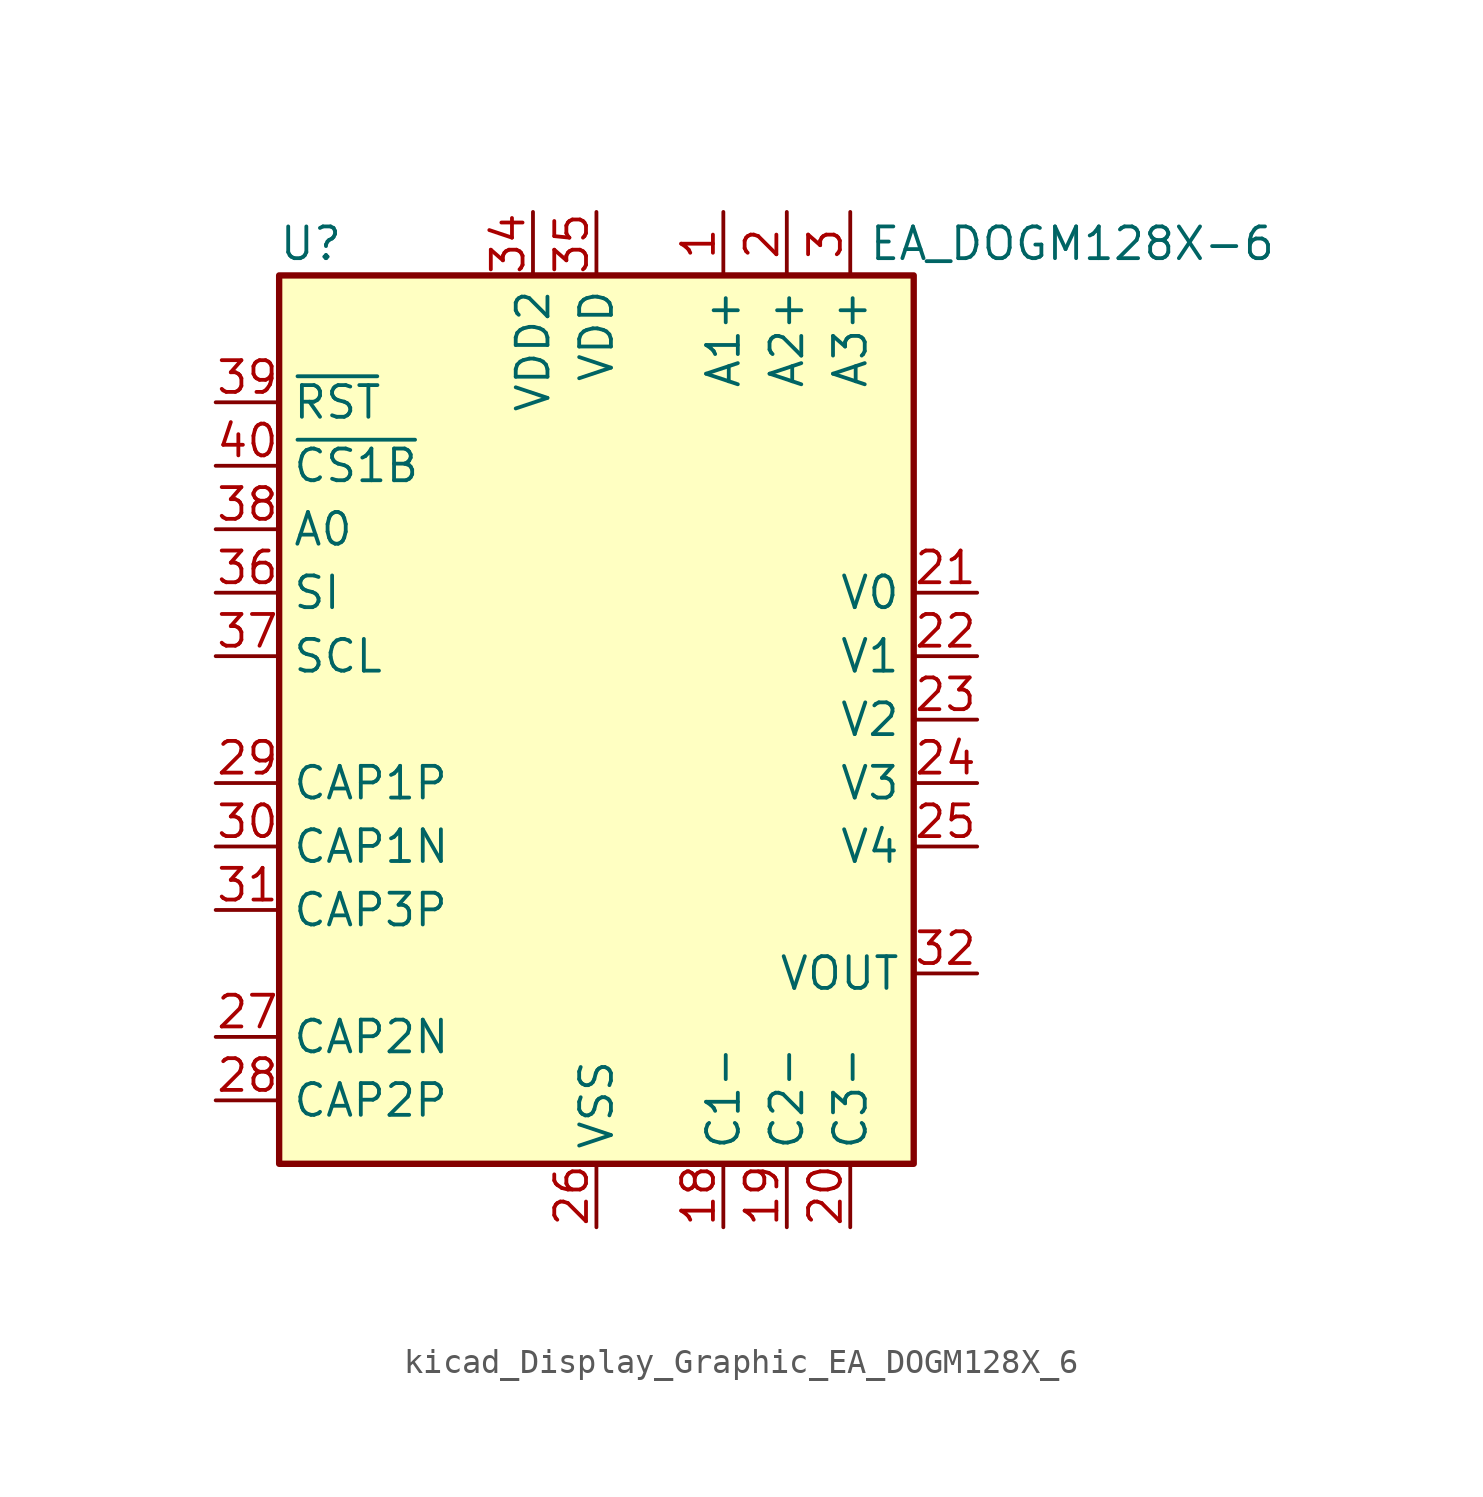
<source format=kicad_sym>
(kicad_symbol_lib
  (version 20220914)
  (generator kicad_symbol_editor)
  (symbol "kicad_Display_Graphic_EA_DOGM128X_6"
    (property "Reference" "U"
      (at -11.43 19.05 0)
      (effects (font (size 1.27 1.27))))
    (property "Value" "EA_DOGM128X-6"
      (at 19.05 19.05 0)
      (effects (font (size 1.27 1.27))))
    (symbol "kicad_Display_Graphic_EA_DOGM128X_6_1_1"
      (rectangle (start -12.7 17.78) (end 12.7 -17.78) (stroke (width 0.254) (type default)) (fill (type background)))
      (pin power_in line (at 5.08 20.32 270) (length 2.54) (name "A1+" (effects (font (size 1.27 1.27)))) (number "1" (effects (font (size 1.27 1.27)))))
      (pin power_in line (at 5.08 -20.32 90) (length 2.54) (name "C1-" (effects (font (size 1.27 1.27)))) (number "18" (effects (font (size 1.27 1.27)))))
      (pin power_in line (at 7.62 -20.32 90) (length 2.54) (name "C2-" (effects (font (size 1.27 1.27)))) (number "19" (effects (font (size 1.27 1.27)))))
      (pin power_in line (at 7.62 20.32 270) (length 2.54) (name "A2+" (effects (font (size 1.27 1.27)))) (number "2" (effects (font (size 1.27 1.27)))))
      (pin power_in line (at 10.16 -20.32 90) (length 2.54) (name "C3-" (effects (font (size 1.27 1.27)))) (number "20" (effects (font (size 1.27 1.27)))))
      (pin passive line (at 15.24 5.08 180) (length 2.54) (name "V0" (effects (font (size 1.27 1.27)))) (number "21" (effects (font (size 1.27 1.27)))))
      (pin passive line (at 15.24 2.54 180) (length 2.54) (name "V1" (effects (font (size 1.27 1.27)))) (number "22" (effects (font (size 1.27 1.27)))))
      (pin passive line (at 15.24 0 180) (length 2.54) (name "V2" (effects (font (size 1.27 1.27)))) (number "23" (effects (font (size 1.27 1.27)))))
      (pin passive line (at 15.24 -2.54 180) (length 2.54) (name "V3" (effects (font (size 1.27 1.27)))) (number "24" (effects (font (size 1.27 1.27)))))
      (pin passive line (at 15.24 -5.08 180) (length 2.54) (name "V4" (effects (font (size 1.27 1.27)))) (number "25" (effects (font (size 1.27 1.27)))))
      (pin power_in line (at 0 -20.32 90) (length 2.54) (name "VSS" (effects (font (size 1.27 1.27)))) (number "26" (effects (font (size 1.27 1.27)))))
      (pin passive line (at -15.24 -12.7 0) (length 2.54) (name "CAP2N" (effects (font (size 1.27 1.27)))) (number "27" (effects (font (size 1.27 1.27)))))
      (pin passive line (at -15.24 -15.24 0) (length 2.54) (name "CAP2P" (effects (font (size 1.27 1.27)))) (number "28" (effects (font (size 1.27 1.27)))))
      (pin passive line (at -15.24 -2.54 0) (length 2.54) (name "CAP1P" (effects (font (size 1.27 1.27)))) (number "29" (effects (font (size 1.27 1.27)))))
      (pin power_in line (at 10.16 20.32 270) (length 2.54) (name "A3+" (effects (font (size 1.27 1.27)))) (number "3" (effects (font (size 1.27 1.27)))))
      (pin passive line (at -15.24 -5.08 0) (length 2.54) (name "CAP1N" (effects (font (size 1.27 1.27)))) (number "30" (effects (font (size 1.27 1.27)))))
      (pin passive line (at -15.24 -7.62 0) (length 2.54) (name "CAP3P" (effects (font (size 1.27 1.27)))) (number "31" (effects (font (size 1.27 1.27)))))
      (pin output line (at 15.24 -10.16 180) (length 2.54) (name "VOUT" (effects (font (size 1.27 1.27)))) (number "32" (effects (font (size 1.27 1.27)))))
      (pin passive line (at 0 -20.32 90) (length 2.54) hide (name "VSS" (effects (font (size 1.27 1.27)))) (number "33" (effects (font (size 1.27 1.27)))))
      (pin power_in line (at -2.54 20.32 270) (length 2.54) (name "VDD2" (effects (font (size 1.27 1.27)))) (number "34" (effects (font (size 1.27 1.27)))))
      (pin power_in line (at 0 20.32 270) (length 2.54) (name "VDD" (effects (font (size 1.27 1.27)))) (number "35" (effects (font (size 1.27 1.27)))))
      (pin input line (at -15.24 5.08 0) (length 2.54) (name "SI" (effects (font (size 1.27 1.27)))) (number "36" (effects (font (size 1.27 1.27)))))
      (pin input line (at -15.24 2.54 0) (length 2.54) (name "SCL" (effects (font (size 1.27 1.27)))) (number "37" (effects (font (size 1.27 1.27)))))
      (pin input line (at -15.24 7.62 0) (length 2.54) (name "A0" (effects (font (size 1.27 1.27)))) (number "38" (effects (font (size 1.27 1.27)))))
      (pin input line (at -15.24 12.7 0) (length 2.54) (name "~{RST}" (effects (font (size 1.27 1.27)))) (number "39" (effects (font (size 1.27 1.27)))))
      (pin input line (at -15.24 10.16 0) (length 2.54) (name "~{CS1B}" (effects (font (size 1.27 1.27)))) (number "40" (effects (font (size 1.27 1.27))))))))
</source>
